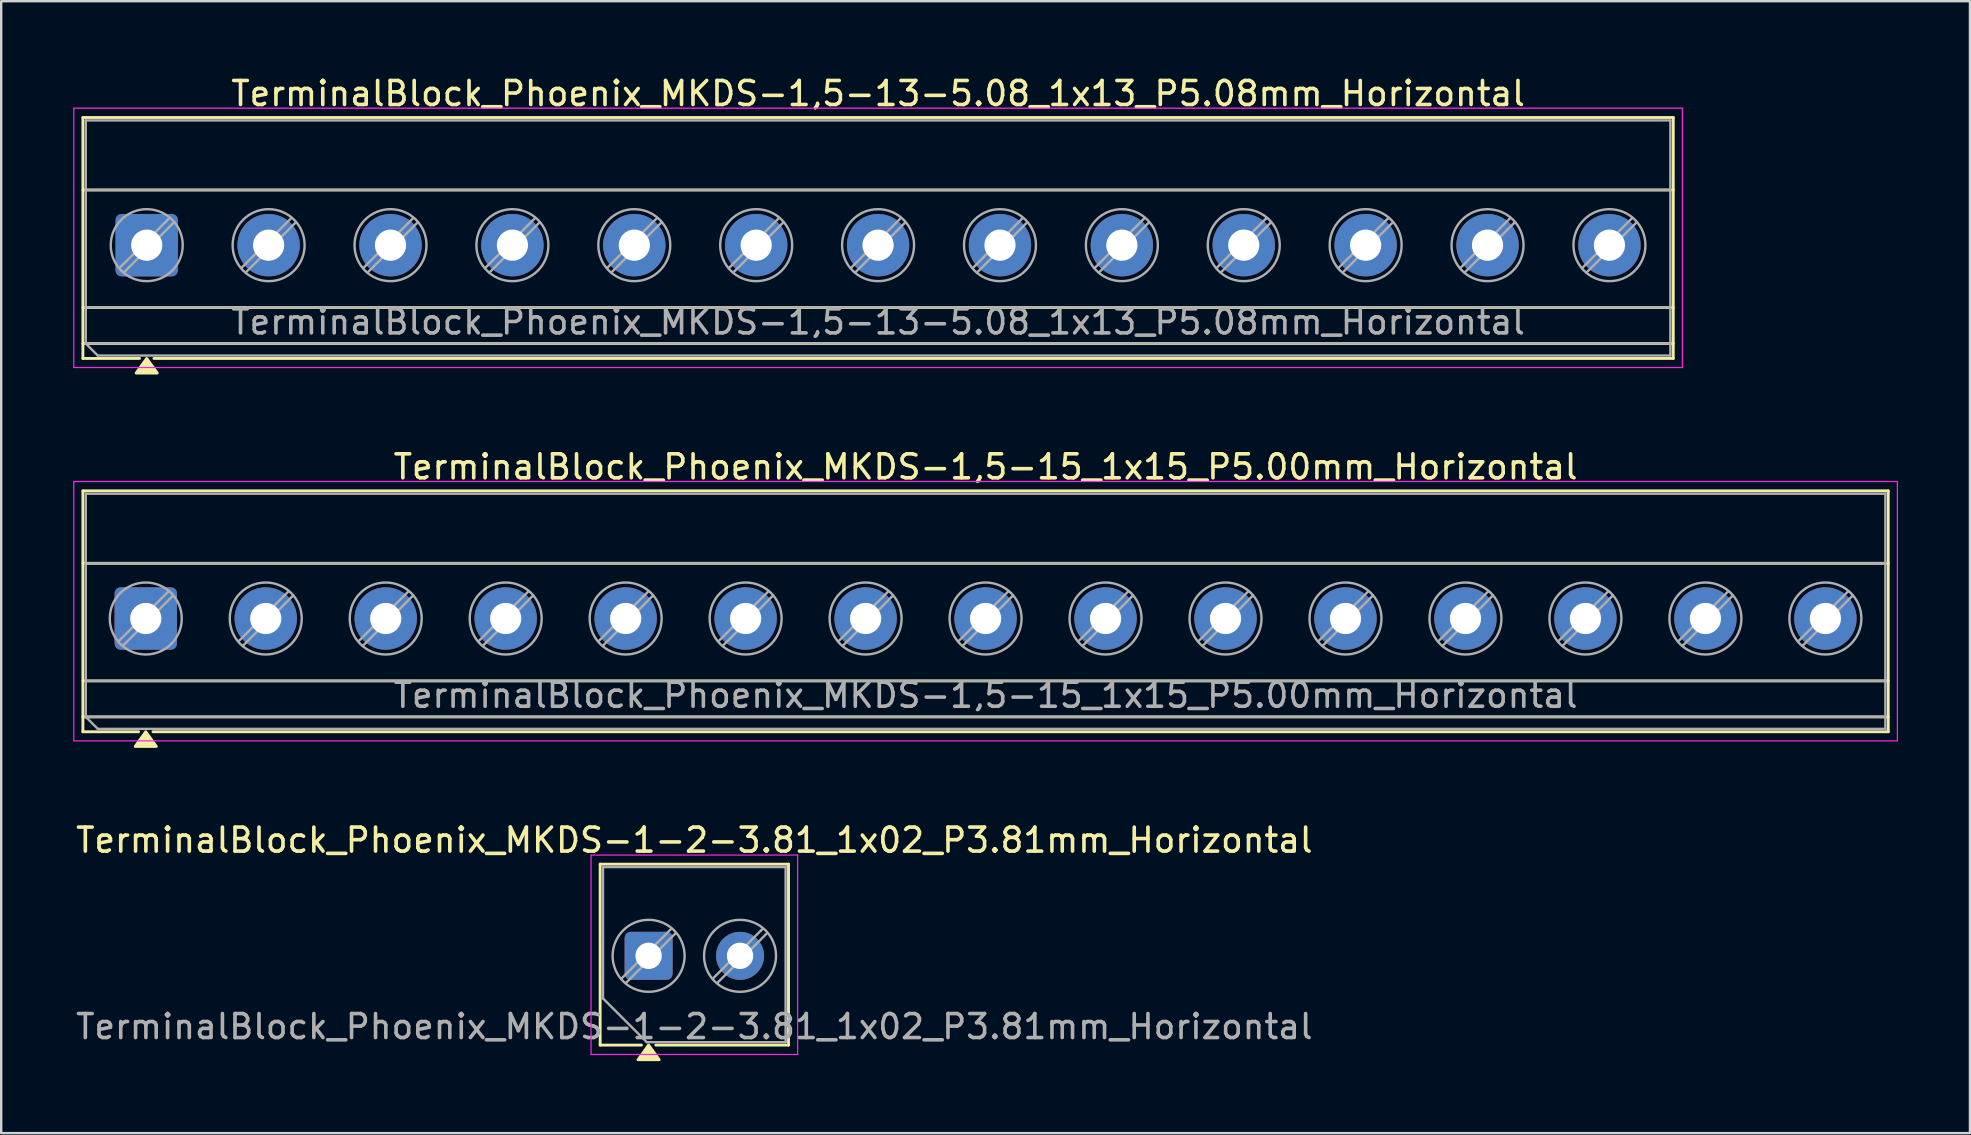
<source format=kicad_pcb>
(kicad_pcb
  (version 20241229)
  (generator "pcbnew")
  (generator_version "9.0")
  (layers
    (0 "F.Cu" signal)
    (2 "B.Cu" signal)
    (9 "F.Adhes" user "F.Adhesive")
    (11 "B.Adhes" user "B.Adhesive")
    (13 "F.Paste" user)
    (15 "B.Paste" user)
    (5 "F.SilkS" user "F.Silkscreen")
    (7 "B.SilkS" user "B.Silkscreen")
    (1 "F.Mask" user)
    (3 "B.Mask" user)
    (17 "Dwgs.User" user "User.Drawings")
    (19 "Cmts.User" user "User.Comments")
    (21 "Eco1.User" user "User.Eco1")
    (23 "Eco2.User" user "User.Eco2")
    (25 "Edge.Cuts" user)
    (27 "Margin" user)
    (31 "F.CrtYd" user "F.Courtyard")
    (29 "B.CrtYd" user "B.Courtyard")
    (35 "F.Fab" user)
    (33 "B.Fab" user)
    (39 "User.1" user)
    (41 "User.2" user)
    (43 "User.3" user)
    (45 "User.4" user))
  (footprint "TerminalBlock_Phoenix_MKDS-1,5-15_1x15_P5.00mm_Horizontal"
    (layer "F.Cu")
    (at 3.025 22.727)
    (property "Reference" "TerminalBlock_Phoenix_MKDS-1,5-15_1x15_P5.00mm_Horizontal" (at 35 -6.32 0) (layer "F.SilkS") (effects (font (size 1 1) (thickness 0.15))))
    (attr through_hole)
    (fp_line (start -2.62 -5.32) (end 72.62 -5.32) (stroke (width 0.12) (type solid)) (layer "F.SilkS"))
    (fp_line (start -2.62 -2.3) (end 72.62 -2.3) (stroke (width 0.12) (type solid)) (layer "F.SilkS"))
    (fp_line (start -2.62 2.6) (end 72.62 2.6) (stroke (width 0.12) (type solid)) (layer "F.SilkS"))
    (fp_line (start -2.62 4.1) (end 72.62 4.1) (stroke (width 0.12) (type solid)) (layer "F.SilkS"))
    (fp_line (start -2.62 4.72) (end -2.62 -5.32) (stroke (width 0.12) (type solid)) (layer "F.SilkS"))
    (fp_line (start -0.3 4.72) (end -2.62 4.72) (stroke (width 0.12) (type solid)) (layer "F.SilkS"))
    (fp_line (start 72.62 -5.32) (end 72.62 4.72) (stroke (width 0.12) (type solid)) (layer "F.SilkS"))
    (fp_line (start 72.62 4.72) (end 0.3 4.72) (stroke (width 0.12) (type solid)) (layer "F.SilkS"))
    (fp_poly (pts (xy 0 4.72) (xy 0.44 5.33) (xy -0.44 5.33)) (stroke (width 0.12) (type solid)) (fill yes) (layer "F.SilkS"))
    (fp_line (start -3 -5.71) (end -3 5.1) (stroke (width 0.05) (type solid)) (layer "F.CrtYd"))
    (fp_line (start -3 5.1) (end 73 5.1) (stroke (width 0.05) (type solid)) (layer "F.CrtYd"))
    (fp_line (start 73 -5.71) (end -3 -5.71) (stroke (width 0.05) (type solid)) (layer "F.CrtYd"))
    (fp_line (start 73 5.1) (end 73 -5.71) (stroke (width 0.05) (type solid)) (layer "F.CrtYd"))
    (fp_line (start -2.5 -5.2) (end 72.5 -5.2) (stroke (width 0.1) (type solid)) (layer "F.Fab"))
    (fp_line (start -2.5 -2.3) (end 72.5 -2.3) (stroke (width 0.1) (type solid)) (layer "F.Fab"))
    (fp_line (start -2.5 2.6) (end 72.5 2.6) (stroke (width 0.1) (type solid)) (layer "F.Fab"))
    (fp_line (start -2.5 4.1) (end -2.5 -5.2) (stroke (width 0.1) (type solid)) (layer "F.Fab"))
    (fp_line (start -2.5 4.1) (end 72.5 4.1) (stroke (width 0.1) (type solid)) (layer "F.Fab"))
    (fp_line (start -2 4.6) (end -2.5 4.1) (stroke (width 0.1) (type solid)) (layer "F.Fab"))
    (fp_line (start 0.955 -1.138) (end -1.138 0.955) (stroke (width 0.1) (type solid)) (layer "F.Fab"))
    (fp_line (start 1.138 -0.955) (end -0.955 1.138) (stroke (width 0.1) (type solid)) (layer "F.Fab"))
    (fp_line (start 5.955 -1.138) (end 3.862 0.955) (stroke (width 0.1) (type solid)) (layer "F.Fab"))
    (fp_line (start 6.138 -0.955) (end 4.045 1.138) (stroke (width 0.1) (type solid)) (layer "F.Fab"))
    (fp_line (start 10.955 -1.138) (end 8.862 0.955) (stroke (width 0.1) (type solid)) (layer "F.Fab"))
    (fp_line (start 11.138 -0.955) (end 9.045 1.138) (stroke (width 0.1) (type solid)) (layer "F.Fab"))
    (fp_line (start 15.955 -1.138) (end 13.862 0.955) (stroke (width 0.1) (type solid)) (layer "F.Fab"))
    (fp_line (start 16.138 -0.955) (end 14.045 1.138) (stroke (width 0.1) (type solid)) (layer "F.Fab"))
    (fp_line (start 20.955 -1.138) (end 18.862 0.955) (stroke (width 0.1) (type solid)) (layer "F.Fab"))
    (fp_line (start 21.138 -0.955) (end 19.045 1.138) (stroke (width 0.1) (type solid)) (layer "F.Fab"))
    (fp_line (start 25.955 -1.138) (end 23.862 0.955) (stroke (width 0.1) (type solid)) (layer "F.Fab"))
    (fp_line (start 26.138 -0.955) (end 24.045 1.138) (stroke (width 0.1) (type solid)) (layer "F.Fab"))
    (fp_line (start 30.955 -1.138) (end 28.862 0.955) (stroke (width 0.1) (type solid)) (layer "F.Fab"))
    (fp_line (start 31.138 -0.955) (end 29.045 1.138) (stroke (width 0.1) (type solid)) (layer "F.Fab"))
    (fp_line (start 35.955 -1.138) (end 33.862 0.955) (stroke (width 0.1) (type solid)) (layer "F.Fab"))
    (fp_line (start 36.138 -0.955) (end 34.045 1.138) (stroke (width 0.1) (type solid)) (layer "F.Fab"))
    (fp_line (start 40.955 -1.138) (end 38.862 0.955) (stroke (width 0.1) (type solid)) (layer "F.Fab"))
    (fp_line (start 41.138 -0.955) (end 39.045 1.138) (stroke (width 0.1) (type solid)) (layer "F.Fab"))
    (fp_line (start 45.955 -1.138) (end 43.862 0.955) (stroke (width 0.1) (type solid)) (layer "F.Fab"))
    (fp_line (start 46.138 -0.955) (end 44.045 1.138) (stroke (width 0.1) (type solid)) (layer "F.Fab"))
    (fp_line (start 50.955 -1.138) (end 48.862 0.955) (stroke (width 0.1) (type solid)) (layer "F.Fab"))
    (fp_line (start 51.138 -0.955) (end 49.045 1.138) (stroke (width 0.1) (type solid)) (layer "F.Fab"))
    (fp_line (start 55.955 -1.138) (end 53.862 0.955) (stroke (width 0.1) (type solid)) (layer "F.Fab"))
    (fp_line (start 56.138 -0.955) (end 54.045 1.138) (stroke (width 0.1) (type solid)) (layer "F.Fab"))
    (fp_line (start 60.955 -1.138) (end 58.862 0.955) (stroke (width 0.1) (type solid)) (layer "F.Fab"))
    (fp_line (start 61.138 -0.955) (end 59.045 1.138) (stroke (width 0.1) (type solid)) (layer "F.Fab"))
    (fp_line (start 65.955 -1.138) (end 63.862 0.955) (stroke (width 0.1) (type solid)) (layer "F.Fab"))
    (fp_line (start 66.138 -0.955) (end 64.045 1.138) (stroke (width 0.1) (type solid)) (layer "F.Fab"))
    (fp_line (start 70.955 -1.138) (end 68.862 0.955) (stroke (width 0.1) (type solid)) (layer "F.Fab"))
    (fp_line (start 71.138 -0.955) (end 69.045 1.138) (stroke (width 0.1) (type solid)) (layer "F.Fab"))
    (fp_line (start 72.5 -5.2) (end 72.5 4.6) (stroke (width 0.1) (type solid)) (layer "F.Fab"))
    (fp_line (start 72.5 4.6) (end -2 4.6) (stroke (width 0.1) (type solid)) (layer "F.Fab"))
    (fp_circle (center 0 0) (end 1.5 0) (stroke (width 0.1) (type solid)) (fill no) (layer "F.Fab"))
    (fp_circle (center 5 0) (end 6.5 0) (stroke (width 0.1) (type solid)) (fill no) (layer "F.Fab"))
    (fp_circle (center 10 0) (end 11.5 0) (stroke (width 0.1) (type solid)) (fill no) (layer "F.Fab"))
    (fp_circle (center 15 0) (end 16.5 0) (stroke (width 0.1) (type solid)) (fill no) (layer "F.Fab"))
    (fp_circle (center 20 0) (end 21.5 0) (stroke (width 0.1) (type solid)) (fill no) (layer "F.Fab"))
    (fp_circle (center 25 0) (end 26.5 0) (stroke (width 0.1) (type solid)) (fill no) (layer "F.Fab"))
    (fp_circle (center 30 0) (end 31.5 0) (stroke (width 0.1) (type solid)) (fill no) (layer "F.Fab"))
    (fp_circle (center 35 0) (end 36.5 0) (stroke (width 0.1) (type solid)) (fill no) (layer "F.Fab"))
    (fp_circle (center 40 0) (end 41.5 0) (stroke (width 0.1) (type solid)) (fill no) (layer "F.Fab"))
    (fp_circle (center 45 0) (end 46.5 0) (stroke (width 0.1) (type solid)) (fill no) (layer "F.Fab"))
    (fp_circle (center 50 0) (end 51.5 0) (stroke (width 0.1) (type solid)) (fill no) (layer "F.Fab"))
    (fp_circle (center 55 0) (end 56.5 0) (stroke (width 0.1) (type solid)) (fill no) (layer "F.Fab"))
    (fp_circle (center 60 0) (end 61.5 0) (stroke (width 0.1) (type solid)) (fill no) (layer "F.Fab"))
    (fp_circle (center 65 0) (end 66.5 0) (stroke (width 0.1) (type solid)) (fill no) (layer "F.Fab"))
    (fp_circle (center 70 0) (end 71.5 0) (stroke (width 0.1) (type solid)) (fill no) (layer "F.Fab"))
    (fp_text user "${REFERENCE}" (at 35 3.2 0) (layer "F.Fab") (effects (font (size 1 1) (thickness 0.15))))
    (pad "1" thru_hole roundrect (at 0 0) (size 2.6 2.6) (drill 1.3) (layers "*.Cu" "*.Mask") (roundrect_rratio 0.096))
    (pad "2" thru_hole circle (at 5 0) (size 2.6 2.6) (drill 1.3) (layers "*.Cu" "*.Mask"))
    (pad "3" thru_hole circle (at 10 0) (size 2.6 2.6) (drill 1.3) (layers "*.Cu" "*.Mask"))
    (pad "4" thru_hole circle (at 15 0) (size 2.6 2.6) (drill 1.3) (layers "*.Cu" "*.Mask"))
    (pad "5" thru_hole circle (at 20 0) (size 2.6 2.6) (drill 1.3) (layers "*.Cu" "*.Mask"))
    (pad "6" thru_hole circle (at 25 0) (size 2.6 2.6) (drill 1.3) (layers "*.Cu" "*.Mask"))
    (pad "7" thru_hole circle (at 30 0) (size 2.6 2.6) (drill 1.3) (layers "*.Cu" "*.Mask"))
    (pad "8" thru_hole circle (at 35 0) (size 2.6 2.6) (drill 1.3) (layers "*.Cu" "*.Mask"))
    (pad "9" thru_hole circle (at 40 0) (size 2.6 2.6) (drill 1.3) (layers "*.Cu" "*.Mask"))
    (pad "10" thru_hole circle (at 45 0) (size 2.6 2.6) (drill 1.3) (layers "*.Cu" "*.Mask"))
    (pad "11" thru_hole circle (at 50 0) (size 2.6 2.6) (drill 1.3) (layers "*.Cu" "*.Mask"))
    (pad "12" thru_hole circle (at 55 0) (size 2.6 2.6) (drill 1.3) (layers "*.Cu" "*.Mask"))
    (pad "13" thru_hole circle (at 60 0) (size 2.6 2.6) (drill 1.3) (layers "*.Cu" "*.Mask"))
    (pad "14" thru_hole circle (at 65 0) (size 2.6 2.6) (drill 1.3) (layers "*.Cu" "*.Mask"))
    (pad "15" thru_hole circle (at 70 0) (size 2.6 2.6) (drill 1.3) (layers "*.Cu" "*.Mask")))
  (footprint "TerminalBlock_Phoenix_MKDS-1-2-3.81_1x02_P3.81mm_Horizontal"
    (layer "F.Cu")
    (at 23.982 36.785)
    (property "Reference" "TerminalBlock_Phoenix_MKDS-1-2-3.81_1x02_P3.81mm_Horizontal" (at 1.905 -4.82 0) (layer "F.SilkS") (effects (font (size 1 1) (thickness 0.15))))
    (attr through_hole)
    (fp_line (start -2.02 -3.82) (end 5.83 -3.82) (stroke (width 0.12) (type solid)) (layer "F.SilkS"))
    (fp_line (start -2.02 3.72) (end -2.02 -3.82) (stroke (width 0.12) (type solid)) (layer "F.SilkS"))
    (fp_line (start -0.3 3.72) (end -2.02 3.72) (stroke (width 0.12) (type solid)) (layer "F.SilkS"))
    (fp_line (start 5.83 -3.82) (end 5.83 3.72) (stroke (width 0.12) (type solid)) (layer "F.SilkS"))
    (fp_line (start 5.83 3.72) (end 0.3 3.72) (stroke (width 0.12) (type solid)) (layer "F.SilkS"))
    (fp_poly (pts (xy 0 3.72) (xy 0.44 4.33) (xy -0.44 4.33)) (stroke (width 0.12) (type solid)) (fill yes) (layer "F.SilkS"))
    (fp_line (start -2.4 -4.2) (end -2.4 4.11) (stroke (width 0.05) (type solid)) (layer "F.CrtYd"))
    (fp_line (start -2.4 4.11) (end 6.21 4.11) (stroke (width 0.05) (type solid)) (layer "F.CrtYd"))
    (fp_line (start 6.21 -4.2) (end -2.4 -4.2) (stroke (width 0.05) (type solid)) (layer "F.CrtYd"))
    (fp_line (start 6.21 4.11) (end 6.21 -4.2) (stroke (width 0.05) (type solid)) (layer "F.CrtYd"))
    (fp_line (start -1.9 -3.7) (end 5.71 -3.7) (stroke (width 0.1) (type solid)) (layer "F.Fab"))
    (fp_line (start -1.9 1.775) (end -1.9 -3.7) (stroke (width 0.1) (type solid)) (layer "F.Fab"))
    (fp_line (start -0.075 3.6) (end -1.9 1.775) (stroke (width 0.1) (type solid)) (layer "F.Fab"))
    (fp_line (start 0.955 -1.138) (end -1.138 0.955) (stroke (width 0.1) (type solid)) (layer "F.Fab"))
    (fp_line (start 1.138 -0.955) (end -0.955 1.138) (stroke (width 0.1) (type solid)) (layer "F.Fab"))
    (fp_line (start 4.765 -1.138) (end 2.672 0.955) (stroke (width 0.1) (type solid)) (layer "F.Fab"))
    (fp_line (start 4.948 -0.955) (end 2.855 1.138) (stroke (width 0.1) (type solid)) (layer "F.Fab"))
    (fp_line (start 5.71 -3.7) (end 5.71 3.6) (stroke (width 0.1) (type solid)) (layer "F.Fab"))
    (fp_line (start 5.71 3.6) (end -0.075 3.6) (stroke (width 0.1) (type solid)) (layer "F.Fab"))
    (fp_circle (center 0 0) (end 1.5 0) (stroke (width 0.1) (type solid)) (fill no) (layer "F.Fab"))
    (fp_circle (center 3.81 0) (end 5.31 0) (stroke (width 0.1) (type solid)) (fill no) (layer "F.Fab"))
    (fp_text user "${REFERENCE}" (at 1.905 2.95 0) (layer "F.Fab") (effects (font (size 1 1) (thickness 0.15))))
    (pad "1" thru_hole roundrect (at 0 0) (size 2 2) (drill 1.1) (layers "*.Cu" "*.Mask") (roundrect_rratio 0.125))
    (pad "2" thru_hole circle (at 3.81 0) (size 2 2) (drill 1.1) (layers "*.Cu" "*.Mask")))
  (footprint "TerminalBlock_Phoenix_MKDS-1,5-13-5.08_1x13_P5.08mm_Horizontal"
    (layer "F.Cu")
    (at 3.065 7.168)
    (property "Reference" "TerminalBlock_Phoenix_MKDS-1,5-13-5.08_1x13_P5.08mm_Horizontal" (at 30.48 -6.32 0) (layer "F.SilkS") (effects (font (size 1 1) (thickness 0.15))))
    (attr through_hole)
    (fp_line (start -2.66 -5.32) (end 63.62 -5.32) (stroke (width 0.12) (type solid)) (layer "F.SilkS"))
    (fp_line (start -2.66 -2.3) (end 63.62 -2.3) (stroke (width 0.12) (type solid)) (layer "F.SilkS"))
    (fp_line (start -2.66 2.6) (end 63.62 2.6) (stroke (width 0.12) (type solid)) (layer "F.SilkS"))
    (fp_line (start -2.66 4.1) (end 63.62 4.1) (stroke (width 0.12) (type solid)) (layer "F.SilkS"))
    (fp_line (start -2.66 4.72) (end -2.66 -5.32) (stroke (width 0.12) (type solid)) (layer "F.SilkS"))
    (fp_line (start -0.3 4.72) (end -2.66 4.72) (stroke (width 0.12) (type solid)) (layer "F.SilkS"))
    (fp_line (start 63.62 -5.32) (end 63.62 4.72) (stroke (width 0.12) (type solid)) (layer "F.SilkS"))
    (fp_line (start 63.62 4.72) (end 0.3 4.72) (stroke (width 0.12) (type solid)) (layer "F.SilkS"))
    (fp_poly (pts (xy 0 4.72) (xy 0.44 5.33) (xy -0.44 5.33)) (stroke (width 0.12) (type solid)) (fill yes) (layer "F.SilkS"))
    (fp_line (start -3.04 -5.71) (end -3.04 5.1) (stroke (width 0.05) (type solid)) (layer "F.CrtYd"))
    (fp_line (start -3.04 5.1) (end 64 5.1) (stroke (width 0.05) (type solid)) (layer "F.CrtYd"))
    (fp_line (start 64 -5.71) (end -3.04 -5.71) (stroke (width 0.05) (type solid)) (layer "F.CrtYd"))
    (fp_line (start 64 5.1) (end 64 -5.71) (stroke (width 0.05) (type solid)) (layer "F.CrtYd"))
    (fp_line (start -2.54 -5.2) (end 63.5 -5.2) (stroke (width 0.1) (type solid)) (layer "F.Fab"))
    (fp_line (start -2.54 -2.3) (end 63.5 -2.3) (stroke (width 0.1) (type solid)) (layer "F.Fab"))
    (fp_line (start -2.54 2.6) (end 63.5 2.6) (stroke (width 0.1) (type solid)) (layer "F.Fab"))
    (fp_line (start -2.54 4.1) (end -2.54 -5.2) (stroke (width 0.1) (type solid)) (layer "F.Fab"))
    (fp_line (start -2.54 4.1) (end 63.5 4.1) (stroke (width 0.1) (type solid)) (layer "F.Fab"))
    (fp_line (start -2.04 4.6) (end -2.54 4.1) (stroke (width 0.1) (type solid)) (layer "F.Fab"))
    (fp_line (start 0.955 -1.138) (end -1.138 0.955) (stroke (width 0.1) (type solid)) (layer "F.Fab"))
    (fp_line (start 1.138 -0.955) (end -0.955 1.138) (stroke (width 0.1) (type solid)) (layer "F.Fab"))
    (fp_line (start 6.035 -1.138) (end 3.942 0.955) (stroke (width 0.1) (type solid)) (layer "F.Fab"))
    (fp_line (start 6.218 -0.955) (end 4.125 1.138) (stroke (width 0.1) (type solid)) (layer "F.Fab"))
    (fp_line (start 11.115 -1.138) (end 9.022 0.955) (stroke (width 0.1) (type solid)) (layer "F.Fab"))
    (fp_line (start 11.298 -0.955) (end 9.205 1.138) (stroke (width 0.1) (type solid)) (layer "F.Fab"))
    (fp_line (start 16.195 -1.138) (end 14.102 0.955) (stroke (width 0.1) (type solid)) (layer "F.Fab"))
    (fp_line (start 16.378 -0.955) (end 14.285 1.138) (stroke (width 0.1) (type solid)) (layer "F.Fab"))
    (fp_line (start 21.275 -1.138) (end 19.182 0.955) (stroke (width 0.1) (type solid)) (layer "F.Fab"))
    (fp_line (start 21.458 -0.955) (end 19.365 1.138) (stroke (width 0.1) (type solid)) (layer "F.Fab"))
    (fp_line (start 26.355 -1.138) (end 24.262 0.955) (stroke (width 0.1) (type solid)) (layer "F.Fab"))
    (fp_line (start 26.538 -0.955) (end 24.445 1.138) (stroke (width 0.1) (type solid)) (layer "F.Fab"))
    (fp_line (start 31.435 -1.138) (end 29.342 0.955) (stroke (width 0.1) (type solid)) (layer "F.Fab"))
    (fp_line (start 31.618 -0.955) (end 29.525 1.138) (stroke (width 0.1) (type solid)) (layer "F.Fab"))
    (fp_line (start 36.515 -1.138) (end 34.422 0.955) (stroke (width 0.1) (type solid)) (layer "F.Fab"))
    (fp_line (start 36.698 -0.955) (end 34.605 1.138) (stroke (width 0.1) (type solid)) (layer "F.Fab"))
    (fp_line (start 41.595 -1.138) (end 39.502 0.955) (stroke (width 0.1) (type solid)) (layer "F.Fab"))
    (fp_line (start 41.778 -0.955) (end 39.685 1.138) (stroke (width 0.1) (type solid)) (layer "F.Fab"))
    (fp_line (start 46.675 -1.138) (end 44.582 0.955) (stroke (width 0.1) (type solid)) (layer "F.Fab"))
    (fp_line (start 46.858 -0.955) (end 44.765 1.138) (stroke (width 0.1) (type solid)) (layer "F.Fab"))
    (fp_line (start 51.755 -1.138) (end 49.662 0.955) (stroke (width 0.1) (type solid)) (layer "F.Fab"))
    (fp_line (start 51.938 -0.955) (end 49.845 1.138) (stroke (width 0.1) (type solid)) (layer "F.Fab"))
    (fp_line (start 56.835 -1.138) (end 54.742 0.955) (stroke (width 0.1) (type solid)) (layer "F.Fab"))
    (fp_line (start 57.018 -0.955) (end 54.925 1.138) (stroke (width 0.1) (type solid)) (layer "F.Fab"))
    (fp_line (start 61.915 -1.138) (end 59.822 0.955) (stroke (width 0.1) (type solid)) (layer "F.Fab"))
    (fp_line (start 62.098 -0.955) (end 60.005 1.138) (stroke (width 0.1) (type solid)) (layer "F.Fab"))
    (fp_line (start 63.5 -5.2) (end 63.5 4.6) (stroke (width 0.1) (type solid)) (layer "F.Fab"))
    (fp_line (start 63.5 4.6) (end -2.04 4.6) (stroke (width 0.1) (type solid)) (layer "F.Fab"))
    (fp_circle (center 0 0) (end 1.5 0) (stroke (width 0.1) (type solid)) (fill no) (layer "F.Fab"))
    (fp_circle (center 5.08 0) (end 6.58 0) (stroke (width 0.1) (type solid)) (fill no) (layer "F.Fab"))
    (fp_circle (center 10.16 0) (end 11.66 0) (stroke (width 0.1) (type solid)) (fill no) (layer "F.Fab"))
    (fp_circle (center 15.24 0) (end 16.74 0) (stroke (width 0.1) (type solid)) (fill no) (layer "F.Fab"))
    (fp_circle (center 20.32 0) (end 21.82 0) (stroke (width 0.1) (type solid)) (fill no) (layer "F.Fab"))
    (fp_circle (center 25.4 0) (end 26.9 0) (stroke (width 0.1) (type solid)) (fill no) (layer "F.Fab"))
    (fp_circle (center 30.48 0) (end 31.98 0) (stroke (width 0.1) (type solid)) (fill no) (layer "F.Fab"))
    (fp_circle (center 35.56 0) (end 37.06 0) (stroke (width 0.1) (type solid)) (fill no) (layer "F.Fab"))
    (fp_circle (center 40.64 0) (end 42.14 0) (stroke (width 0.1) (type solid)) (fill no) (layer "F.Fab"))
    (fp_circle (center 45.72 0) (end 47.22 0) (stroke (width 0.1) (type solid)) (fill no) (layer "F.Fab"))
    (fp_circle (center 50.8 0) (end 52.3 0) (stroke (width 0.1) (type solid)) (fill no) (layer "F.Fab"))
    (fp_circle (center 55.88 0) (end 57.38 0) (stroke (width 0.1) (type solid)) (fill no) (layer "F.Fab"))
    (fp_circle (center 60.96 0) (end 62.46 0) (stroke (width 0.1) (type solid)) (fill no) (layer "F.Fab"))
    (fp_text user "${REFERENCE}" (at 30.48 3.2 0) (layer "F.Fab") (effects (font (size 1 1) (thickness 0.15))))
    (pad "1" thru_hole roundrect (at 0 0) (size 2.6 2.6) (drill 1.3) (layers "*.Cu" "*.Mask") (roundrect_rratio 0.096))
    (pad "2" thru_hole circle (at 5.08 0) (size 2.6 2.6) (drill 1.3) (layers "*.Cu" "*.Mask"))
    (pad "3" thru_hole circle (at 10.16 0) (size 2.6 2.6) (drill 1.3) (layers "*.Cu" "*.Mask"))
    (pad "4" thru_hole circle (at 15.24 0) (size 2.6 2.6) (drill 1.3) (layers "*.Cu" "*.Mask"))
    (pad "5" thru_hole circle (at 20.32 0) (size 2.6 2.6) (drill 1.3) (layers "*.Cu" "*.Mask"))
    (pad "6" thru_hole circle (at 25.4 0) (size 2.6 2.6) (drill 1.3) (layers "*.Cu" "*.Mask"))
    (pad "7" thru_hole circle (at 30.48 0) (size 2.6 2.6) (drill 1.3) (layers "*.Cu" "*.Mask"))
    (pad "8" thru_hole circle (at 35.56 0) (size 2.6 2.6) (drill 1.3) (layers "*.Cu" "*.Mask"))
    (pad "9" thru_hole circle (at 40.64 0) (size 2.6 2.6) (drill 1.3) (layers "*.Cu" "*.Mask"))
    (pad "10" thru_hole circle (at 45.72 0) (size 2.6 2.6) (drill 1.3) (layers "*.Cu" "*.Mask"))
    (pad "11" thru_hole circle (at 50.8 0) (size 2.6 2.6) (drill 1.3) (layers "*.Cu" "*.Mask"))
    (pad "12" thru_hole circle (at 55.88 0) (size 2.6 2.6) (drill 1.3) (layers "*.Cu" "*.Mask"))
    (pad "13" thru_hole circle (at 60.96 0) (size 2.6 2.6) (drill 1.3) (layers "*.Cu" "*.Mask")))
  (gr_rect
    (start -3 -3)
    (end 79.05 44.175)
    (stroke (width 0.1) (type default))
    (fill no)
    (layer "Edge.Cuts")))
</source>
